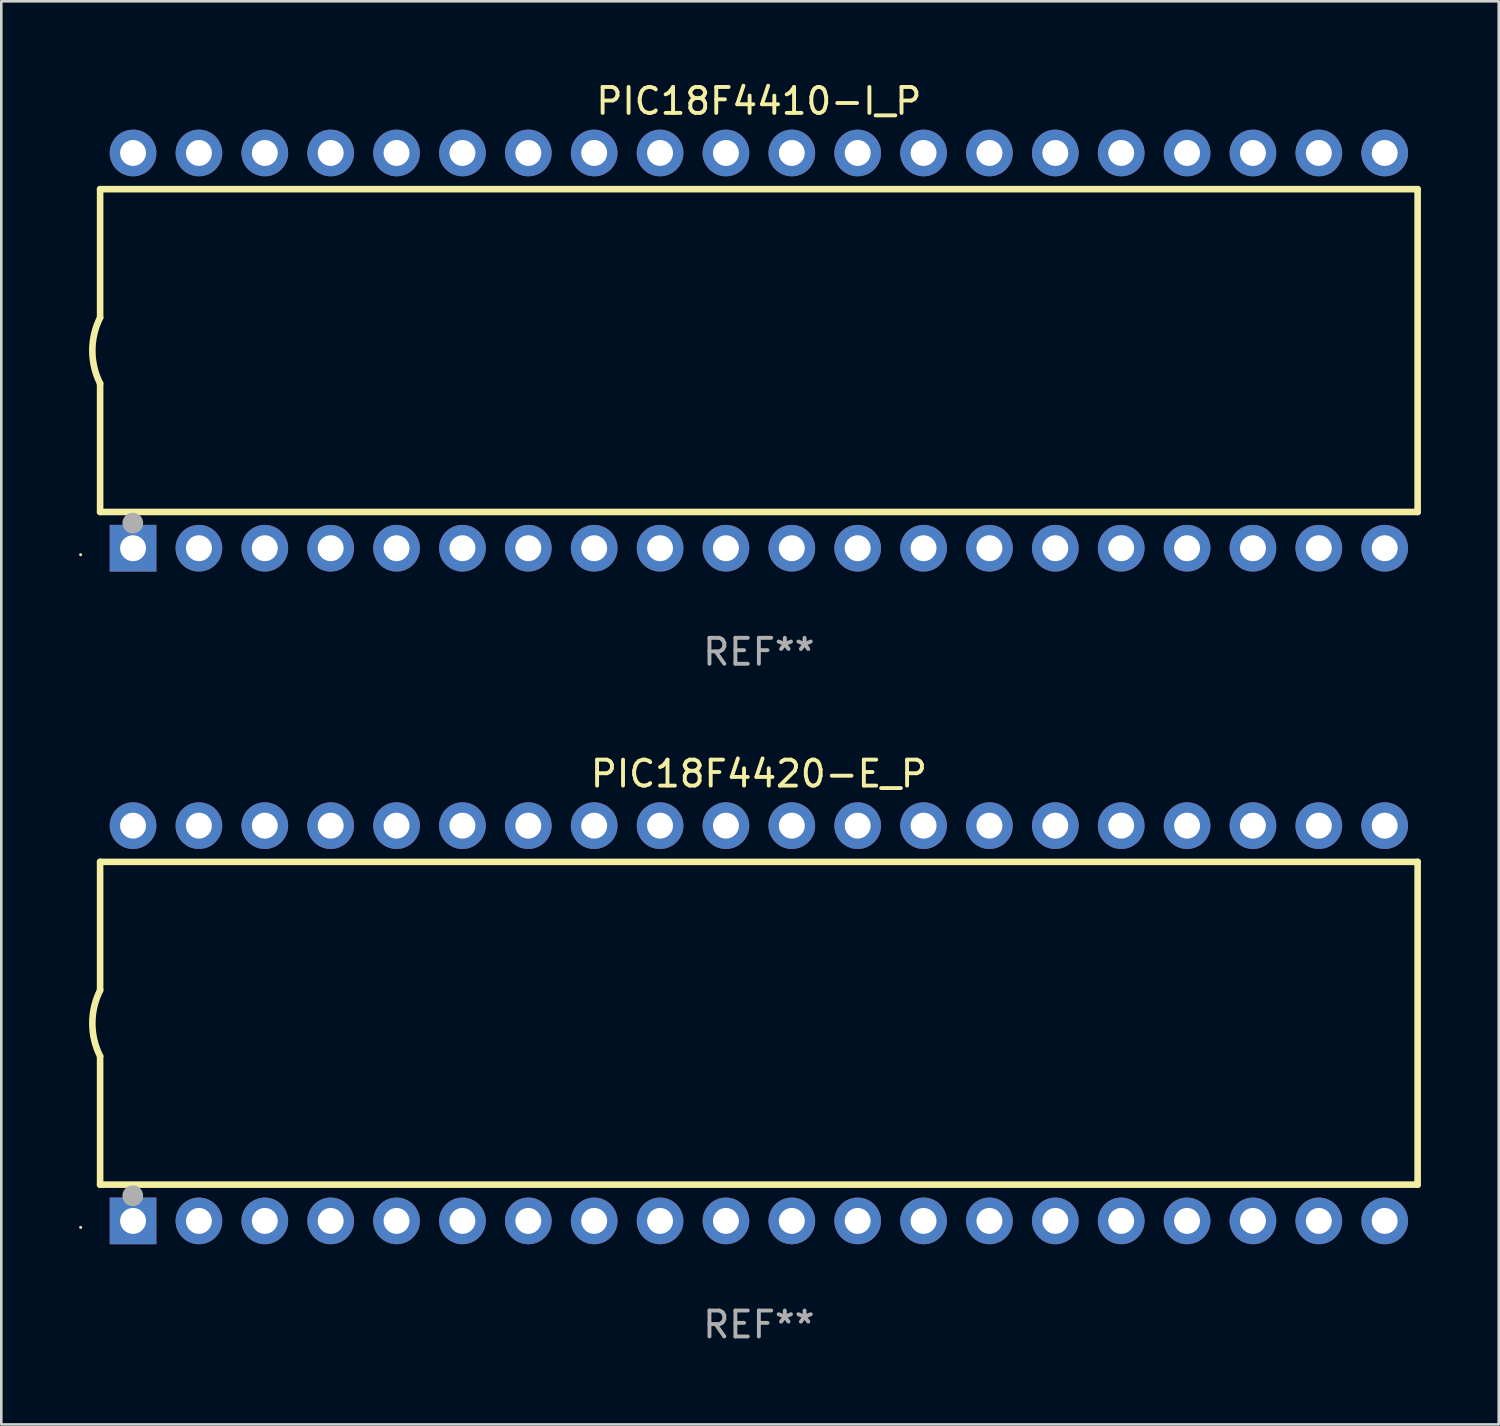
<source format=kicad_pcb>
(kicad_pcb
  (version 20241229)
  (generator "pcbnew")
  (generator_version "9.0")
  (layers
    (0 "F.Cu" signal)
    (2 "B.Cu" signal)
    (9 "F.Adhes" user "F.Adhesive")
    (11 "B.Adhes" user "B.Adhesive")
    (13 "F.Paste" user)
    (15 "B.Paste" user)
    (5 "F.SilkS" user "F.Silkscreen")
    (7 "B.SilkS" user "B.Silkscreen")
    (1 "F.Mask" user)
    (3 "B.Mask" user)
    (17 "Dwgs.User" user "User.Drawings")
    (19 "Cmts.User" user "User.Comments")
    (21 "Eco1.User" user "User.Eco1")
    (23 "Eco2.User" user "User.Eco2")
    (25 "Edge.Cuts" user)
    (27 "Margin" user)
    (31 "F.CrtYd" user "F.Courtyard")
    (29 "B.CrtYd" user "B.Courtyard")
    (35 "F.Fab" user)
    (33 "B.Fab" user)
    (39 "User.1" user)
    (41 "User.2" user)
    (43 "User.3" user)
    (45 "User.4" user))
  (footprint "PIC18F4420-E_P"
    (layer "F.Cu")
    (at 26.21 36.405)
    (property "Reference" "PIC18F4420-E_P" (at 0 -9.62 0) (layer "F.SilkS") (effects (font (size 1 1) (thickness 0.15))))
    (attr through_hole)
    (fp_line (start -25.4 -6.224) (end -25.4 -1.271) (stroke (width 0.254) (type solid)) (layer "F.SilkS"))
    (fp_line (start -25.4 -6.224) (end 25.4 -6.224) (stroke (width 0.254) (type solid)) (layer "F.SilkS"))
    (fp_line (start -25.4 1.269) (end -25.4 6.222) (stroke (width 0.254) (type solid)) (layer "F.SilkS"))
    (fp_line (start -25.4 6.222) (end 25.4 6.222) (stroke (width 0.254) (type solid)) (layer "F.SilkS"))
    (fp_line (start 25.4 6.222) (end 25.4 -6.224) (stroke (width 0.254) (type solid)) (layer "F.SilkS"))
    (fp_arc (start -25.4 1.269241) (mid -25.699807 -0.000762) (end -25.4 -1.270765) (stroke (width 0.254001) (type solid)) (layer "F.SilkS"))
    (fp_circle (center -26.15 7.87) (end -26.12 7.87) (stroke (width 0.06) (type solid)) (fill no) (layer "F.SilkS"))
    (fp_circle (center -24.14 6.65) (end -23.94 6.65) (stroke (width 0.4) (type solid)) (fill no) (layer "F.Fab"))
    (fp_text user "REF**" (at 0 11.62 0) (layer "F.Fab") (effects (font (size 1 1) (thickness 0.15))))
    (pad "1" thru_hole rect (at -24.13 7.62 90) (size 1.8 1.8) (drill 1) (layers "*.Cu" "*.Mask"))
    (pad "2" thru_hole circle (at -21.59 7.62) (size 1.8 1.8) (drill 1) (layers "*.Cu" "*.Mask"))
    (pad "3" thru_hole circle (at -19.05 7.62) (size 1.8 1.8) (drill 1) (layers "*.Cu" "*.Mask"))
    (pad "4" thru_hole circle (at -16.51 7.62) (size 1.8 1.8) (drill 1) (layers "*.Cu" "*.Mask"))
    (pad "5" thru_hole circle (at -13.97 7.62) (size 1.8 1.8) (drill 1) (layers "*.Cu" "*.Mask"))
    (pad "6" thru_hole circle (at -11.43 7.62) (size 1.8 1.8) (drill 1) (layers "*.Cu" "*.Mask"))
    (pad "7" thru_hole circle (at -8.89 7.62) (size 1.8 1.8) (drill 1) (layers "*.Cu" "*.Mask"))
    (pad "8" thru_hole circle (at -6.35 7.62) (size 1.8 1.8) (drill 1) (layers "*.Cu" "*.Mask"))
    (pad "9" thru_hole circle (at -3.81 7.62) (size 1.8 1.8) (drill 1) (layers "*.Cu" "*.Mask"))
    (pad "10" thru_hole circle (at -1.27 7.62) (size 1.8 1.8) (drill 1) (layers "*.Cu" "*.Mask"))
    (pad "11" thru_hole circle (at 1.27 7.62) (size 1.8 1.8) (drill 1) (layers "*.Cu" "*.Mask"))
    (pad "12" thru_hole circle (at 3.81 7.62) (size 1.8 1.8) (drill 1) (layers "*.Cu" "*.Mask"))
    (pad "13" thru_hole circle (at 6.35 7.62) (size 1.8 1.8) (drill 1) (layers "*.Cu" "*.Mask"))
    (pad "14" thru_hole circle (at 8.89 7.62) (size 1.8 1.8) (drill 1) (layers "*.Cu" "*.Mask"))
    (pad "15" thru_hole circle (at 11.43 7.62) (size 1.8 1.8) (drill 1) (layers "*.Cu" "*.Mask"))
    (pad "16" thru_hole circle (at 13.97 7.62) (size 1.8 1.8) (drill 1) (layers "*.Cu" "*.Mask"))
    (pad "17" thru_hole circle (at 16.51 7.62) (size 1.8 1.8) (drill 1) (layers "*.Cu" "*.Mask"))
    (pad "18" thru_hole circle (at 19.05 7.62) (size 1.8 1.8) (drill 1) (layers "*.Cu" "*.Mask"))
    (pad "19" thru_hole circle (at 21.59 7.62) (size 1.8 1.8) (drill 1) (layers "*.Cu" "*.Mask"))
    (pad "20" thru_hole circle (at 24.13 7.62) (size 1.8 1.8) (drill 1) (layers "*.Cu" "*.Mask"))
    (pad "21" thru_hole circle (at 24.13 -7.62) (size 1.8 1.8) (drill 1) (layers "*.Cu" "*.Mask"))
    (pad "22" thru_hole circle (at 21.59 -7.62) (size 1.8 1.8) (drill 1) (layers "*.Cu" "*.Mask"))
    (pad "23" thru_hole circle (at 19.05 -7.62) (size 1.8 1.8) (drill 1) (layers "*.Cu" "*.Mask"))
    (pad "24" thru_hole circle (at 16.51 -7.62) (size 1.8 1.8) (drill 1) (layers "*.Cu" "*.Mask"))
    (pad "25" thru_hole circle (at 13.97 -7.62) (size 1.8 1.8) (drill 1) (layers "*.Cu" "*.Mask"))
    (pad "26" thru_hole circle (at 11.43 -7.62) (size 1.8 1.8) (drill 1) (layers "*.Cu" "*.Mask"))
    (pad "27" thru_hole circle (at 8.89 -7.62) (size 1.8 1.8) (drill 1) (layers "*.Cu" "*.Mask"))
    (pad "28" thru_hole circle (at 6.35 -7.62) (size 1.8 1.8) (drill 1) (layers "*.Cu" "*.Mask"))
    (pad "29" thru_hole circle (at 3.81 -7.62) (size 1.8 1.8) (drill 1) (layers "*.Cu" "*.Mask"))
    (pad "30" thru_hole circle (at 1.27 -7.62) (size 1.8 1.8) (drill 1) (layers "*.Cu" "*.Mask"))
    (pad "31" thru_hole circle (at -1.27 -7.62) (size 1.8 1.8) (drill 1) (layers "*.Cu" "*.Mask"))
    (pad "32" thru_hole circle (at -3.81 -7.62) (size 1.8 1.8) (drill 1) (layers "*.Cu" "*.Mask"))
    (pad "33" thru_hole circle (at -6.35 -7.62) (size 1.8 1.8) (drill 1) (layers "*.Cu" "*.Mask"))
    (pad "34" thru_hole circle (at -8.89 -7.62) (size 1.8 1.8) (drill 1) (layers "*.Cu" "*.Mask"))
    (pad "35" thru_hole circle (at -11.43 -7.62) (size 1.8 1.8) (drill 1) (layers "*.Cu" "*.Mask"))
    (pad "36" thru_hole circle (at -13.97 -7.62) (size 1.8 1.8) (drill 1) (layers "*.Cu" "*.Mask"))
    (pad "37" thru_hole circle (at -16.51 -7.62) (size 1.8 1.8) (drill 1) (layers "*.Cu" "*.Mask"))
    (pad "38" thru_hole circle (at -19.05 -7.62) (size 1.8 1.8) (drill 1) (layers "*.Cu" "*.Mask"))
    (pad "39" thru_hole circle (at -21.59 -7.62) (size 1.8 1.8) (drill 1) (layers "*.Cu" "*.Mask"))
    (pad "40" thru_hole circle (at -24.13 -7.62) (size 1.8 1.8) (drill 1) (layers "*.Cu" "*.Mask")))
  (footprint "PIC18F4410-I_P"
    (layer "F.Cu")
    (at 26.21 10.468)
    (property "Reference" "PIC18F4410-I_P" (at 0 -9.62 0) (layer "F.SilkS") (effects (font (size 1 1) (thickness 0.15))))
    (attr through_hole)
    (fp_line (start -25.4 -6.224) (end -25.4 -1.271) (stroke (width 0.254) (type solid)) (layer "F.SilkS"))
    (fp_line (start -25.4 -6.224) (end 25.4 -6.224) (stroke (width 0.254) (type solid)) (layer "F.SilkS"))
    (fp_line (start -25.4 1.269) (end -25.4 6.222) (stroke (width 0.254) (type solid)) (layer "F.SilkS"))
    (fp_line (start -25.4 6.222) (end 25.4 6.222) (stroke (width 0.254) (type solid)) (layer "F.SilkS"))
    (fp_line (start 25.4 6.222) (end 25.4 -6.224) (stroke (width 0.254) (type solid)) (layer "F.SilkS"))
    (fp_arc (start -25.4 1.269241) (mid -25.699807 -0.000762) (end -25.4 -1.270765) (stroke (width 0.254001) (type solid)) (layer "F.SilkS"))
    (fp_circle (center -26.15 7.87) (end -26.12 7.87) (stroke (width 0.06) (type solid)) (fill no) (layer "F.SilkS"))
    (fp_circle (center -24.14 6.65) (end -23.94 6.65) (stroke (width 0.4) (type solid)) (fill no) (layer "F.Fab"))
    (fp_text user "REF**" (at 0 11.62 0) (layer "F.Fab") (effects (font (size 1 1) (thickness 0.15))))
    (pad "1" thru_hole rect (at -24.13 7.62 90) (size 1.8 1.8) (drill 1) (layers "*.Cu" "*.Mask"))
    (pad "2" thru_hole circle (at -21.59 7.62) (size 1.8 1.8) (drill 1) (layers "*.Cu" "*.Mask"))
    (pad "3" thru_hole circle (at -19.05 7.62) (size 1.8 1.8) (drill 1) (layers "*.Cu" "*.Mask"))
    (pad "4" thru_hole circle (at -16.51 7.62) (size 1.8 1.8) (drill 1) (layers "*.Cu" "*.Mask"))
    (pad "5" thru_hole circle (at -13.97 7.62) (size 1.8 1.8) (drill 1) (layers "*.Cu" "*.Mask"))
    (pad "6" thru_hole circle (at -11.43 7.62) (size 1.8 1.8) (drill 1) (layers "*.Cu" "*.Mask"))
    (pad "7" thru_hole circle (at -8.89 7.62) (size 1.8 1.8) (drill 1) (layers "*.Cu" "*.Mask"))
    (pad "8" thru_hole circle (at -6.35 7.62) (size 1.8 1.8) (drill 1) (layers "*.Cu" "*.Mask"))
    (pad "9" thru_hole circle (at -3.81 7.62) (size 1.8 1.8) (drill 1) (layers "*.Cu" "*.Mask"))
    (pad "10" thru_hole circle (at -1.27 7.62) (size 1.8 1.8) (drill 1) (layers "*.Cu" "*.Mask"))
    (pad "11" thru_hole circle (at 1.27 7.62) (size 1.8 1.8) (drill 1) (layers "*.Cu" "*.Mask"))
    (pad "12" thru_hole circle (at 3.81 7.62) (size 1.8 1.8) (drill 1) (layers "*.Cu" "*.Mask"))
    (pad "13" thru_hole circle (at 6.35 7.62) (size 1.8 1.8) (drill 1) (layers "*.Cu" "*.Mask"))
    (pad "14" thru_hole circle (at 8.89 7.62) (size 1.8 1.8) (drill 1) (layers "*.Cu" "*.Mask"))
    (pad "15" thru_hole circle (at 11.43 7.62) (size 1.8 1.8) (drill 1) (layers "*.Cu" "*.Mask"))
    (pad "16" thru_hole circle (at 13.97 7.62) (size 1.8 1.8) (drill 1) (layers "*.Cu" "*.Mask"))
    (pad "17" thru_hole circle (at 16.51 7.62) (size 1.8 1.8) (drill 1) (layers "*.Cu" "*.Mask"))
    (pad "18" thru_hole circle (at 19.05 7.62) (size 1.8 1.8) (drill 1) (layers "*.Cu" "*.Mask"))
    (pad "19" thru_hole circle (at 21.59 7.62) (size 1.8 1.8) (drill 1) (layers "*.Cu" "*.Mask"))
    (pad "20" thru_hole circle (at 24.13 7.62) (size 1.8 1.8) (drill 1) (layers "*.Cu" "*.Mask"))
    (pad "21" thru_hole circle (at 24.13 -7.62) (size 1.8 1.8) (drill 1) (layers "*.Cu" "*.Mask"))
    (pad "22" thru_hole circle (at 21.59 -7.62) (size 1.8 1.8) (drill 1) (layers "*.Cu" "*.Mask"))
    (pad "23" thru_hole circle (at 19.05 -7.62) (size 1.8 1.8) (drill 1) (layers "*.Cu" "*.Mask"))
    (pad "24" thru_hole circle (at 16.51 -7.62) (size 1.8 1.8) (drill 1) (layers "*.Cu" "*.Mask"))
    (pad "25" thru_hole circle (at 13.97 -7.62) (size 1.8 1.8) (drill 1) (layers "*.Cu" "*.Mask"))
    (pad "26" thru_hole circle (at 11.43 -7.62) (size 1.8 1.8) (drill 1) (layers "*.Cu" "*.Mask"))
    (pad "27" thru_hole circle (at 8.89 -7.62) (size 1.8 1.8) (drill 1) (layers "*.Cu" "*.Mask"))
    (pad "28" thru_hole circle (at 6.35 -7.62) (size 1.8 1.8) (drill 1) (layers "*.Cu" "*.Mask"))
    (pad "29" thru_hole circle (at 3.81 -7.62) (size 1.8 1.8) (drill 1) (layers "*.Cu" "*.Mask"))
    (pad "30" thru_hole circle (at 1.27 -7.62) (size 1.8 1.8) (drill 1) (layers "*.Cu" "*.Mask"))
    (pad "31" thru_hole circle (at -1.27 -7.62) (size 1.8 1.8) (drill 1) (layers "*.Cu" "*.Mask"))
    (pad "32" thru_hole circle (at -3.81 -7.62) (size 1.8 1.8) (drill 1) (layers "*.Cu" "*.Mask"))
    (pad "33" thru_hole circle (at -6.35 -7.62) (size 1.8 1.8) (drill 1) (layers "*.Cu" "*.Mask"))
    (pad "34" thru_hole circle (at -8.89 -7.62) (size 1.8 1.8) (drill 1) (layers "*.Cu" "*.Mask"))
    (pad "35" thru_hole circle (at -11.43 -7.62) (size 1.8 1.8) (drill 1) (layers "*.Cu" "*.Mask"))
    (pad "36" thru_hole circle (at -13.97 -7.62) (size 1.8 1.8) (drill 1) (layers "*.Cu" "*.Mask"))
    (pad "37" thru_hole circle (at -16.51 -7.62) (size 1.8 1.8) (drill 1) (layers "*.Cu" "*.Mask"))
    (pad "38" thru_hole circle (at -19.05 -7.62) (size 1.8 1.8) (drill 1) (layers "*.Cu" "*.Mask"))
    (pad "39" thru_hole circle (at -21.59 -7.62) (size 1.8 1.8) (drill 1) (layers "*.Cu" "*.Mask"))
    (pad "40" thru_hole circle (at -24.13 -7.62) (size 1.8 1.8) (drill 1) (layers "*.Cu" "*.Mask")))
  (gr_rect
    (start -3 -3)
    (end 54.737 51.873)
    (stroke (width 0.1) (type default))
    (fill no)
    (layer "Edge.Cuts")))
</source>
